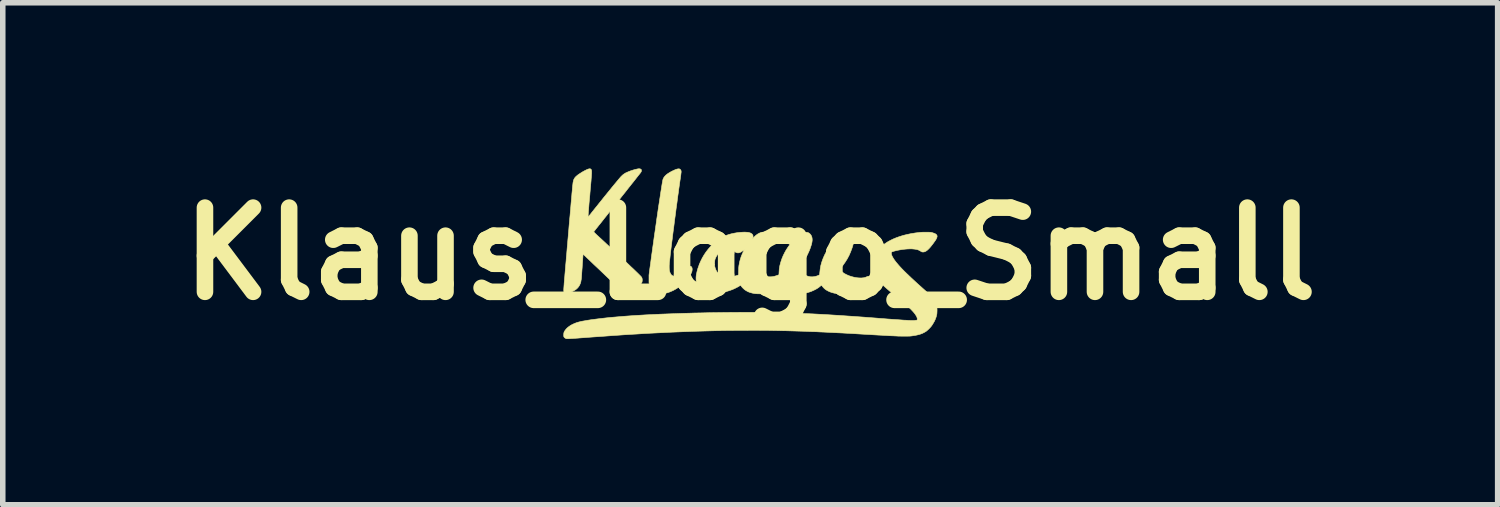
<source format=kicad_pcb>
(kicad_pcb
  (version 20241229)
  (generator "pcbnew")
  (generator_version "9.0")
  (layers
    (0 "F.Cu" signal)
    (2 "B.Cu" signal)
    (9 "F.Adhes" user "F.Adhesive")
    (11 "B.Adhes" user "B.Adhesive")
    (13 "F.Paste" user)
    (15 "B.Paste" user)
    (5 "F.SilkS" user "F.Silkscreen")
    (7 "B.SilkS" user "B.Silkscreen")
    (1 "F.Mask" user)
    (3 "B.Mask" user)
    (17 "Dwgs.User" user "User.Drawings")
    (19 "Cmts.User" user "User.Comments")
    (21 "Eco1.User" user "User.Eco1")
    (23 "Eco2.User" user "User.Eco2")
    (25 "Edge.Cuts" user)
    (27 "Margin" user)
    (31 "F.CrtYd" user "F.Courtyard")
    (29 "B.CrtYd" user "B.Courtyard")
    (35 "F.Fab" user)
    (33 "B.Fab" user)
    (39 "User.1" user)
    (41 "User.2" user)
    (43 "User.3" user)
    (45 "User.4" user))
  (footprint "Klaus_Logo_Small"
    (layer "F.Cu")
    (at 10.53 1.543)
    (property "Reference" "Klaus_Logo_Small" (at 0 0 0) (layer "F.SilkS") (effects (font (size 1.524 1.524) (thickness 0.3))))
    (attr through_hole)
    (fp_poly (pts (xy -1.283 -1.536) (xy -1.278 -1.534) (xy -1.268 -1.528) (xy -1.259 -1.518) (xy -1.253 -1.507) (xy -1.252 -1.503) (xy -1.251 -1.498) (xy -1.25 -1.493) (xy -1.25 -1.486) (xy -1.25 -1.477) (xy -1.251 -1.467) (xy -1.253 -1.453) (xy -1.255 -1.437) (xy -1.257 -1.417) (xy -1.261 -1.393) (xy -1.264 -1.368) (xy -1.271 -1.323) (xy -1.278 -1.275) (xy -1.285 -1.224) (xy -1.293 -1.17) (xy -1.3 -1.113) (xy -1.309 -1.054) (xy -1.317 -0.993) (xy -1.325 -0.93) (xy -1.334 -0.866) (xy -1.343 -0.801) (xy -1.351 -0.735) (xy -1.36 -0.669) (xy -1.369 -0.603) (xy -1.377 -0.538) (xy -1.385 -0.473) (xy -1.394 -0.409) (xy -1.402 -0.346) (xy -1.409 -0.285) (xy -1.417 -0.226) (xy -1.424 -0.169) (xy -1.431 -0.115) (xy -1.437 -0.064) (xy -1.443 -0.016) (xy -1.448 0.028) (xy -1.452 0.068) (xy -1.456 0.104) (xy -1.46 0.135) (xy -1.461 0.144) (xy -1.464 0.181) (xy -1.466 0.215) (xy -1.466 0.246) (xy -1.465 0.274) (xy -1.463 0.297) (xy -1.461 0.308) (xy -1.454 0.335) (xy -1.444 0.358) (xy -1.432 0.377) (xy -1.417 0.391) (xy -1.4 0.401) (xy -1.387 0.405) (xy -1.377 0.408) (xy -1.368 0.409) (xy -1.359 0.407) (xy -1.356 0.407) (xy -1.346 0.405) (xy -1.337 0.402) (xy -1.328 0.398) (xy -1.318 0.393) (xy -1.307 0.386) (xy -1.295 0.377) (xy -1.281 0.365) (xy -1.265 0.351) (xy -1.245 0.334) (xy -1.227 0.318) (xy -1.205 0.298) (xy -1.187 0.282) (xy -1.171 0.268) (xy -1.157 0.256) (xy -1.146 0.247) (xy -1.136 0.24) (xy -1.128 0.234) (xy -1.12 0.229) (xy -1.114 0.226) (xy -1.107 0.225) (xy -1.097 0.225) (xy -1.096 0.225) (xy -1.082 0.226) (xy -1.072 0.23) (xy -1.063 0.237) (xy -1.056 0.248) (xy -1.056 0.248) (xy -1.052 0.261) (xy -1.05 0.278) (xy -1.051 0.296) (xy -1.054 0.314) (xy -1.057 0.328) (xy -1.07 0.358) (xy -1.086 0.389) (xy -1.106 0.421) (xy -1.131 0.453) (xy -1.159 0.486) (xy -1.189 0.519) (xy -1.19 0.519) (xy -1.226 0.553) (xy -1.266 0.585) (xy -1.308 0.615) (xy -1.352 0.642) (xy -1.396 0.666) (xy -1.442 0.686) (xy -1.486 0.703) (xy -1.53 0.715) (xy -1.547 0.719) (xy -1.564 0.722) (xy -1.584 0.724) (xy -1.605 0.725) (xy -1.626 0.726) (xy -1.645 0.725) (xy -1.662 0.724) (xy -1.668 0.723) (xy -1.697 0.716) (xy -1.722 0.705) (xy -1.744 0.691) (xy -1.765 0.674) (xy -1.766 0.673) (xy -1.783 0.654) (xy -1.797 0.632) (xy -1.809 0.608) (xy -1.819 0.581) (xy -1.827 0.551) (xy -1.828 0.542) (xy -1.83 0.534) (xy -1.831 0.526) (xy -1.832 0.517) (xy -1.832 0.506) (xy -1.832 0.492) (xy -1.832 0.474) (xy -1.832 0.456) (xy -1.832 0.387) (xy -1.817 0.269) (xy -1.806 0.194) (xy -1.796 0.118) (xy -1.786 0.042) (xy -1.775 -0.034) (xy -1.765 -0.109) (xy -1.754 -0.184) (xy -1.744 -0.258) (xy -1.734 -0.331) (xy -1.723 -0.403) (xy -1.713 -0.474) (xy -1.703 -0.543) (xy -1.694 -0.611) (xy -1.684 -0.677) (xy -1.675 -0.74) (xy -1.666 -0.802) (xy -1.657 -0.862) (xy -1.648 -0.919) (xy -1.64 -0.973) (xy -1.632 -1.024) (xy -1.625 -1.073) (xy -1.618 -1.118) (xy -1.611 -1.16) (xy -1.605 -1.198) (xy -1.6 -1.232) (xy -1.595 -1.263) (xy -1.59 -1.289) (xy -1.586 -1.312) (xy -1.583 -1.329) (xy -1.58 -1.342) (xy -1.578 -1.351) (xy -1.577 -1.352) (xy -1.566 -1.375) (xy -1.551 -1.397) (xy -1.531 -1.418) (xy -1.518 -1.43) (xy -1.49 -1.451) (xy -1.458 -1.471) (xy -1.423 -1.491) (xy -1.385 -1.509) (xy -1.354 -1.523) (xy -1.333 -1.53) (xy -1.314 -1.535) (xy -1.297 -1.537) (xy -1.283 -1.536)) (stroke (width 0.01) (type solid)) (fill yes) (layer "F.SilkS"))
    (fp_poly (pts (xy -2.892 -1.536) (xy -2.884 -1.531) (xy -2.882 -1.529) (xy -2.879 -1.525) (xy -2.877 -1.521) (xy -2.874 -1.516) (xy -2.873 -1.51) (xy -2.872 -1.502) (xy -2.871 -1.493) (xy -2.871 -1.481) (xy -2.871 -1.468) (xy -2.871 -1.451) (xy -2.873 -1.431) (xy -2.874 -1.408) (xy -2.876 -1.382) (xy -2.879 -1.351) (xy -2.881 -1.316) (xy -2.885 -1.276) (xy -2.885 -1.27) (xy -2.887 -1.256) (xy -2.888 -1.238) (xy -2.89 -1.217) (xy -2.892 -1.192) (xy -2.895 -1.165) (xy -2.897 -1.136) (xy -2.9 -1.106) (xy -2.902 -1.076) (xy -2.904 -1.053) (xy -2.909 -0.998) (xy -2.914 -0.947) (xy -2.918 -0.902) (xy -2.921 -0.861) (xy -2.924 -0.824) (xy -2.926 -0.792) (xy -2.929 -0.764) (xy -2.93 -0.739) (xy -2.932 -0.719) (xy -2.933 -0.702) (xy -2.933 -0.689) (xy -2.934 -0.678) (xy -2.933 -0.672) (xy -2.933 -0.668) (xy -2.932 -0.667) (xy -2.932 -0.667) (xy -2.93 -0.669) (xy -2.925 -0.675) (xy -2.918 -0.684) (xy -2.908 -0.697) (xy -2.895 -0.712) (xy -2.881 -0.73) (xy -2.865 -0.751) (xy -2.847 -0.773) (xy -2.828 -0.797) (xy -2.808 -0.822) (xy -2.786 -0.849) (xy -2.783 -0.852) (xy -2.739 -0.908) (xy -2.696 -0.961) (xy -2.655 -1.013) (xy -2.615 -1.062) (xy -2.578 -1.108) (xy -2.542 -1.152) (xy -2.509 -1.193) (xy -2.478 -1.231) (xy -2.449 -1.266) (xy -2.423 -1.297) (xy -2.4 -1.325) (xy -2.379 -1.35) (xy -2.363 -1.369) (xy -2.343 -1.392) (xy -2.324 -1.411) (xy -2.307 -1.427) (xy -2.29 -1.44) (xy -2.272 -1.452) (xy -2.252 -1.464) (xy -2.229 -1.474) (xy -2.202 -1.486) (xy -2.193 -1.489) (xy -2.171 -1.498) (xy -2.147 -1.506) (xy -2.123 -1.514) (xy -2.099 -1.521) (xy -2.075 -1.527) (xy -2.054 -1.532) (xy -2.036 -1.536) (xy -2.022 -1.538) (xy -2.003 -1.538) (xy -1.988 -1.535) (xy -1.977 -1.527) (xy -1.975 -1.526) (xy -1.971 -1.521) (xy -1.969 -1.517) (xy -1.969 -1.511) (xy -1.969 -1.504) (xy -1.972 -1.487) (xy -1.977 -1.478) (xy -1.979 -1.475) (xy -1.984 -1.468) (xy -1.992 -1.457) (xy -2.003 -1.443) (xy -2.017 -1.426) (xy -2.033 -1.406) (xy -2.051 -1.383) (xy -2.072 -1.356) (xy -2.094 -1.328) (xy -2.119 -1.296) (xy -2.146 -1.263) (xy -2.174 -1.227) (xy -2.204 -1.19) (xy -2.235 -1.15) (xy -2.267 -1.109) (xy -2.301 -1.067) (xy -2.336 -1.023) (xy -2.371 -0.978) (xy -2.407 -0.933) (xy -2.443 -0.887) (xy -2.479 -0.842) (xy -2.514 -0.799) (xy -2.547 -0.757) (xy -2.579 -0.716) (xy -2.61 -0.677) (xy -2.64 -0.64) (xy -2.668 -0.604) (xy -2.694 -0.571) (xy -2.718 -0.541) (xy -2.741 -0.513) (xy -2.761 -0.487) (xy -2.779 -0.465) (xy -2.795 -0.445) (xy -2.808 -0.428) (xy -2.818 -0.415) (xy -2.826 -0.405) (xy -2.831 -0.399) (xy -2.833 -0.397) (xy -2.833 -0.397) (xy -2.831 -0.395) (xy -2.827 -0.39) (xy -2.818 -0.381) (xy -2.806 -0.369) (xy -2.791 -0.354) (xy -2.772 -0.336) (xy -2.749 -0.315) (xy -2.722 -0.29) (xy -2.658 -0.231) (xy -2.597 -0.174) (xy -2.537 -0.119) (xy -2.481 -0.067) (xy -2.426 -0.016) (xy -2.375 0.032) (xy -2.326 0.077) (xy -2.28 0.121) (xy -2.236 0.161) (xy -2.196 0.199) (xy -2.159 0.235) (xy -2.124 0.267) (xy -2.093 0.297) (xy -2.065 0.324) (xy -2.04 0.348) (xy -2.019 0.369) (xy -2.001 0.387) (xy -1.987 0.401) (xy -1.976 0.413) (xy -1.969 0.421) (xy -1.967 0.423) (xy -1.961 0.435) (xy -1.956 0.45) (xy -1.954 0.467) (xy -1.954 0.485) (xy -1.956 0.502) (xy -1.96 0.517) (xy -1.962 0.521) (xy -1.966 0.529) (xy -1.973 0.538) (xy -1.983 0.548) (xy -1.995 0.56) (xy -2.01 0.574) (xy -2.029 0.591) (xy -2.051 0.609) (xy -2.077 0.63) (xy -2.092 0.643) (xy -2.113 0.66) (xy -2.131 0.674) (xy -2.146 0.686) (xy -2.158 0.696) (xy -2.168 0.703) (xy -2.176 0.709) (xy -2.183 0.713) (xy -2.189 0.717) (xy -2.194 0.719) (xy -2.199 0.721) (xy -2.2 0.722) (xy -2.217 0.726) (xy -2.235 0.726) (xy -2.252 0.721) (xy -2.27 0.711) (xy -2.288 0.698) (xy -2.296 0.691) (xy -2.306 0.682) (xy -2.318 0.672) (xy -2.33 0.662) (xy -2.332 0.66) (xy -2.345 0.649) (xy -2.362 0.634) (xy -2.382 0.616) (xy -2.405 0.595) (xy -2.431 0.57) (xy -2.462 0.542) (xy -2.495 0.511) (xy -2.532 0.476) (xy -2.573 0.438) (xy -2.617 0.396) (xy -2.664 0.351) (xy -2.715 0.302) (xy -2.77 0.25) (xy -2.829 0.195) (xy -2.89 0.136) (xy -2.913 0.114) (xy -2.933 0.095) (xy -2.952 0.077) (xy -2.969 0.061) (xy -2.984 0.046) (xy -2.998 0.033) (xy -3.009 0.023) (xy -3.017 0.015) (xy -3.023 0.011) (xy -3.025 0.009) (xy -3.025 0.009) (xy -3.025 0.012) (xy -3.026 0.019) (xy -3.027 0.03) (xy -3.028 0.046) (xy -3.029 0.064) (xy -3.031 0.086) (xy -3.032 0.11) (xy -3.034 0.136) (xy -3.036 0.164) (xy -3.037 0.174) (xy -3.04 0.218) (xy -3.042 0.256) (xy -3.045 0.29) (xy -3.047 0.32) (xy -3.049 0.346) (xy -3.05 0.369) (xy -3.052 0.389) (xy -3.053 0.406) (xy -3.054 0.421) (xy -3.055 0.433) (xy -3.056 0.444) (xy -3.057 0.453) (xy -3.058 0.462) (xy -3.059 0.469) (xy -3.06 0.472) (xy -3.066 0.509) (xy -3.076 0.541) (xy -3.089 0.57) (xy -3.105 0.596) (xy -3.125 0.62) (xy -3.149 0.642) (xy -3.171 0.658) (xy -3.179 0.663) (xy -3.191 0.669) (xy -3.206 0.677) (xy -3.222 0.685) (xy -3.24 0.693) (xy -3.257 0.701) (xy -3.273 0.708) (xy -3.287 0.714) (xy -3.298 0.718) (xy -3.299 0.719) (xy -3.318 0.724) (xy -3.334 0.726) (xy -3.347 0.725) (xy -3.356 0.721) (xy -3.357 0.72) (xy -3.363 0.715) (xy -3.367 0.709) (xy -3.37 0.701) (xy -3.372 0.691) (xy -3.374 0.679) (xy -3.375 0.665) (xy -3.375 0.647) (xy -3.374 0.625) (xy -3.372 0.599) (xy -3.37 0.569) (xy -3.369 0.559) (xy -3.368 0.539) (xy -3.366 0.514) (xy -3.363 0.485) (xy -3.361 0.451) (xy -3.357 0.414) (xy -3.354 0.373) (xy -3.35 0.328) (xy -3.346 0.28) (xy -3.342 0.23) (xy -3.337 0.176) (xy -3.332 0.121) (xy -3.328 0.063) (xy -3.322 0.004) (xy -3.317 -0.057) (xy -3.312 -0.119) (xy -3.306 -0.182) (xy -3.301 -0.245) (xy -3.295 -0.309) (xy -3.29 -0.373) (xy -3.284 -0.437) (xy -3.279 -0.501) (xy -3.273 -0.564) (xy -3.268 -0.626) (xy -3.262 -0.686) (xy -3.257 -0.745) (xy -3.252 -0.802) (xy -3.247 -0.858) (xy -3.243 -0.91) (xy -3.238 -0.961) (xy -3.234 -1.008) (xy -3.23 -1.052) (xy -3.227 -1.093) (xy -3.223 -1.13) (xy -3.22 -1.163) (xy -3.218 -1.191) (xy -3.216 -1.214) (xy -3.212 -1.246) (xy -3.209 -1.273) (xy -3.206 -1.296) (xy -3.201 -1.315) (xy -3.197 -1.332) (xy -3.191 -1.347) (xy -3.184 -1.36) (xy -3.176 -1.373) (xy -3.167 -1.384) (xy -3.156 -1.396) (xy -3.155 -1.397) (xy -3.14 -1.41) (xy -3.122 -1.425) (xy -3.101 -1.44) (xy -3.076 -1.456) (xy -3.05 -1.473) (xy -3.023 -1.489) (xy -2.995 -1.504) (xy -2.973 -1.515) (xy -2.95 -1.526) (xy -2.931 -1.533) (xy -2.916 -1.537) (xy -2.903 -1.538) (xy -2.892 -1.536)) (stroke (width 0.01) (type solid)) (fill yes) (layer "F.SilkS"))
    (fp_poly (pts (xy 3.206 -0.39) (xy 3.226 -0.39) (xy 3.243 -0.389) (xy 3.258 -0.388) (xy 3.27 -0.387) (xy 3.281 -0.385) (xy 3.291 -0.383) (xy 3.303 -0.379) (xy 3.315 -0.375) (xy 3.322 -0.373) (xy 3.343 -0.365) (xy 3.359 -0.356) (xy 3.371 -0.346) (xy 3.379 -0.335) (xy 3.383 -0.322) (xy 3.383 -0.307) (xy 3.378 -0.291) (xy 3.37 -0.272) (xy 3.358 -0.25) (xy 3.341 -0.226) (xy 3.314 -0.188) (xy 3.288 -0.154) (xy 3.265 -0.125) (xy 3.243 -0.1) (xy 3.222 -0.079) (xy 3.203 -0.062) (xy 3.185 -0.049) (xy 3.168 -0.04) (xy 3.152 -0.034) (xy 3.138 -0.031) (xy 3.125 -0.031) (xy 3.115 -0.032) (xy 3.106 -0.034) (xy 3.095 -0.04) (xy 3.082 -0.048) (xy 3.082 -0.048) (xy 3.064 -0.059) (xy 3.044 -0.068) (xy 3.023 -0.075) (xy 2.999 -0.08) (xy 2.971 -0.084) (xy 2.939 -0.087) (xy 2.925 -0.088) (xy 2.892 -0.088) (xy 2.855 -0.087) (xy 2.816 -0.084) (xy 2.775 -0.08) (xy 2.734 -0.074) (xy 2.693 -0.067) (xy 2.654 -0.059) (xy 2.617 -0.05) (xy 2.607 -0.047) (xy 2.59 -0.042) (xy 2.578 -0.039) (xy 2.569 -0.035) (xy 2.564 -0.033) (xy 2.56 -0.03) (xy 2.558 -0.027) (xy 2.557 -0.023) (xy 2.557 -0.023) (xy 2.555 -0.007) (xy 2.557 0.01) (xy 2.563 0.029) (xy 2.572 0.05) (xy 2.585 0.073) (xy 2.601 0.099) (xy 2.619 0.124) (xy 2.639 0.151) (xy 2.663 0.179) (xy 2.689 0.21) (xy 2.718 0.242) (xy 2.751 0.277) (xy 2.787 0.314) (xy 2.827 0.353) (xy 2.87 0.394) (xy 2.916 0.438) (xy 2.967 0.485) (xy 3.021 0.535) (xy 3.052 0.563) (xy 3.087 0.594) (xy 3.118 0.622) (xy 3.147 0.648) (xy 3.172 0.67) (xy 3.194 0.691) (xy 3.213 0.708) (xy 3.23 0.724) (xy 3.245 0.737) (xy 3.257 0.749) (xy 3.268 0.76) (xy 3.277 0.769) (xy 3.285 0.776) (xy 3.292 0.783) (xy 3.298 0.79) (xy 3.302 0.795) (xy 3.307 0.801) (xy 3.311 0.806) (xy 3.315 0.812) (xy 3.316 0.812) (xy 3.337 0.846) (xy 3.354 0.882) (xy 3.368 0.921) (xy 3.377 0.955) (xy 3.38 0.971) (xy 3.381 0.99) (xy 3.382 1.012) (xy 3.382 1.034) (xy 3.381 1.057) (xy 3.38 1.078) (xy 3.378 1.096) (xy 3.376 1.104) (xy 3.366 1.144) (xy 3.352 1.183) (xy 3.335 1.221) (xy 3.313 1.259) (xy 3.288 1.299) (xy 3.284 1.304) (xy 3.271 1.321) (xy 3.255 1.339) (xy 3.238 1.357) (xy 3.219 1.375) (xy 3.201 1.391) (xy 3.185 1.404) (xy 3.179 1.408) (xy 3.146 1.427) (xy 3.111 1.444) (xy 3.072 1.458) (xy 3.03 1.469) (xy 2.984 1.479) (xy 2.979 1.479) (xy 2.96 1.482) (xy 2.944 1.485) (xy 2.929 1.487) (xy 2.916 1.489) (xy 2.904 1.49) (xy 2.891 1.491) (xy 2.877 1.491) (xy 2.862 1.492) (xy 2.844 1.492) (xy 2.822 1.492) (xy 2.797 1.492) (xy 2.79 1.492) (xy 2.773 1.492) (xy 2.757 1.492) (xy 2.742 1.492) (xy 2.726 1.492) (xy 2.711 1.491) (xy 2.695 1.491) (xy 2.678 1.491) (xy 2.66 1.49) (xy 2.642 1.489) (xy 2.621 1.488) (xy 2.599 1.487) (xy 2.575 1.486) (xy 2.549 1.485) (xy 2.52 1.484) (xy 2.488 1.482) (xy 2.454 1.48) (xy 2.415 1.478) (xy 2.373 1.475) (xy 2.327 1.473) (xy 2.277 1.47) (xy 2.222 1.467) (xy 2.163 1.463) (xy 2.16 1.463) (xy 2.053 1.457) (xy 1.951 1.451) (xy 1.854 1.445) (xy 1.76 1.44) (xy 1.671 1.435) (xy 1.585 1.431) (xy 1.502 1.427) (xy 1.422 1.423) (xy 1.345 1.419) (xy 1.27 1.416) (xy 1.196 1.412) (xy 1.125 1.41) (xy 1.055 1.407) (xy 0.986 1.404) (xy 0.918 1.402) (xy 0.85 1.4) (xy 0.782 1.398) (xy 0.714 1.396) (xy 0.646 1.394) (xy 0.577 1.393) (xy 0.506 1.391) (xy 0.435 1.39) (xy 0.391 1.389) (xy 0.363 1.389) (xy 0.331 1.388) (xy 0.294 1.388) (xy 0.255 1.388) (xy 0.212 1.388) (xy 0.166 1.387) (xy 0.118 1.387) (xy 0.069 1.387) (xy 0.018 1.387) (xy -0.034 1.387) (xy -0.086 1.388) (xy -0.138 1.388) (xy -0.19 1.388) (xy -0.24 1.388) (xy -0.29 1.388) (xy -0.337 1.389) (xy -0.383 1.389) (xy -0.426 1.389) (xy -0.465 1.39) (xy -0.502 1.39) (xy -0.534 1.391) (xy -0.562 1.391) (xy -0.574 1.392) (xy -0.687 1.395) (xy -0.797 1.398) (xy -0.905 1.401) (xy -1.011 1.404) (xy -1.116 1.408) (xy -1.219 1.412) (xy -1.321 1.416) (xy -1.423 1.42) (xy -1.524 1.425) (xy -1.626 1.43) (xy -1.729 1.435) (xy -1.832 1.44) (xy -1.937 1.446) (xy -2.044 1.453) (xy -2.153 1.459) (xy -2.265 1.466) (xy -2.379 1.474) (xy -2.497 1.482) (xy -2.618 1.491) (xy -2.744 1.5) (xy -2.874 1.509) (xy -2.954 1.515) (xy -3.004 1.519) (xy -3.049 1.522) (xy -3.089 1.525) (xy -3.125 1.528) (xy -3.157 1.53) (xy -3.185 1.532) (xy -3.21 1.534) (xy -3.231 1.535) (xy -3.25 1.536) (xy -3.265 1.537) (xy -3.279 1.538) (xy -3.29 1.539) (xy -3.299 1.539) (xy -3.306 1.539) (xy -3.312 1.539) (xy -3.317 1.539) (xy -3.321 1.538) (xy -3.324 1.538) (xy -3.326 1.538) (xy -3.344 1.531) (xy -3.359 1.521) (xy -3.368 1.511) (xy -3.371 1.506) (xy -3.373 1.502) (xy -3.375 1.498) (xy -3.375 1.491) (xy -3.376 1.482) (xy -3.376 1.469) (xy -3.376 1.468) (xy -3.375 1.451) (xy -3.374 1.437) (xy -3.371 1.425) (xy -3.367 1.413) (xy -3.36 1.401) (xy -3.351 1.388) (xy -3.332 1.363) (xy -3.308 1.339) (xy -3.28 1.317) (xy -3.249 1.296) (xy -3.213 1.277) (xy -3.175 1.26) (xy -3.135 1.245) (xy -3.127 1.243) (xy -3.11 1.238) (xy -3.094 1.234) (xy -3.078 1.23) (xy -3.062 1.226) (xy -3.043 1.222) (xy -3.02 1.218) (xy -3.007 1.216) (xy -2.94 1.204) (xy -2.867 1.193) (xy -2.79 1.183) (xy -2.708 1.173) (xy -2.621 1.163) (xy -2.529 1.153) (xy -2.432 1.145) (xy -2.331 1.136) (xy -2.224 1.128) (xy -2.113 1.12) (xy -1.997 1.113) (xy -1.877 1.106) (xy -1.751 1.1) (xy -1.621 1.094) (xy -1.487 1.089) (xy -1.348 1.084) (xy -1.204 1.079) (xy -1.056 1.075) (xy -1.039 1.074) (xy -0.88 1.071) (xy -0.726 1.067) (xy -0.574 1.065) (xy -0.426 1.063) (xy -0.283 1.062) (xy -0.143 1.061) (xy -0.007 1.061) (xy 0.124 1.061) (xy 0.251 1.062) (xy 0.373 1.064) (xy 0.491 1.066) (xy 0.604 1.069) (xy 0.621 1.069) (xy 0.696 1.072) (xy 0.769 1.074) (xy 0.842 1.077) (xy 0.915 1.08) (xy 0.987 1.083) (xy 1.06 1.086) (xy 1.133 1.089) (xy 1.207 1.093) (xy 1.282 1.097) (xy 1.358 1.101) (xy 1.437 1.106) (xy 1.517 1.111) (xy 1.6 1.116) (xy 1.685 1.122) (xy 1.773 1.128) (xy 1.865 1.134) (xy 1.96 1.141) (xy 2.059 1.148) (xy 2.162 1.156) (xy 2.27 1.164) (xy 2.355 1.171) (xy 2.421 1.176) (xy 2.482 1.181) (xy 2.539 1.185) (xy 2.591 1.189) (xy 2.639 1.192) (xy 2.683 1.195) (xy 2.723 1.198) (xy 2.76 1.201) (xy 2.793 1.203) (xy 2.823 1.204) (xy 2.85 1.206) (xy 2.874 1.207) (xy 2.895 1.208) (xy 2.914 1.208) (xy 2.931 1.208) (xy 2.946 1.208) (xy 2.959 1.208) (xy 2.97 1.208) (xy 2.979 1.207) (xy 2.995 1.205) (xy 3.007 1.204) (xy 3.015 1.202) (xy 3.02 1.199) (xy 3.023 1.194) (xy 3.024 1.189) (xy 3.025 1.184) (xy 3.023 1.168) (xy 3.018 1.15) (xy 3.009 1.13) (xy 2.995 1.108) (xy 2.979 1.084) (xy 2.972 1.076) (xy 2.958 1.059) (xy 2.943 1.042) (xy 2.926 1.024) (xy 2.908 1.005) (xy 2.888 0.986) (xy 2.866 0.965) (xy 2.841 0.942) (xy 2.814 0.918) (xy 2.784 0.892) (xy 2.751 0.864) (xy 2.714 0.833) (xy 2.673 0.799) (xy 2.648 0.779) (xy 2.609 0.747) (xy 2.574 0.718) (xy 2.542 0.691) (xy 2.514 0.667) (xy 2.488 0.645) (xy 2.465 0.625) (xy 2.444 0.606) (xy 2.424 0.588) (xy 2.407 0.572) (xy 2.39 0.556) (xy 2.382 0.548) (xy 2.345 0.509) (xy 2.312 0.47) (xy 2.284 0.433) (xy 2.26 0.396) (xy 2.241 0.359) (xy 2.227 0.323) (xy 2.216 0.287) (xy 2.211 0.259) (xy 2.208 0.222) (xy 2.209 0.183) (xy 2.214 0.144) (xy 2.223 0.105) (xy 2.228 0.091) (xy 2.235 0.071) (xy 2.246 0.048) (xy 2.258 0.024) (xy 2.272 -0.001) (xy 2.287 -0.026) (xy 2.303 -0.049) (xy 2.318 -0.07) (xy 2.323 -0.076) (xy 2.356 -0.113) (xy 2.393 -0.147) (xy 2.436 -0.18) (xy 2.482 -0.211) (xy 2.532 -0.239) (xy 2.587 -0.266) (xy 2.645 -0.29) (xy 2.707 -0.312) (xy 2.772 -0.332) (xy 2.841 -0.349) (xy 2.913 -0.364) (xy 2.988 -0.376) (xy 3.061 -0.385) (xy 3.078 -0.387) (xy 3.096 -0.388) (xy 3.116 -0.389) (xy 3.14 -0.39) (xy 3.167 -0.39) (xy 3.181 -0.39) (xy 3.206 -0.39)) (stroke (width 0.01) (type solid)) (fill yes) (layer "F.SilkS"))
    (fp_poly (pts (xy -0.065 -0.389) (xy -0.039 -0.387) (xy -0.017 -0.382) (xy 0.002 -0.376) (xy 0.018 -0.368) (xy 0.032 -0.358) (xy 0.043 -0.345) (xy 0.05 -0.33) (xy 0.052 -0.313) (xy 0.05 -0.295) (xy 0.046 -0.282) (xy 0.041 -0.268) (xy 0.049 -0.278) (xy 0.074 -0.306) (xy 0.101 -0.331) (xy 0.13 -0.353) (xy 0.16 -0.37) (xy 0.19 -0.383) (xy 0.192 -0.384) (xy 0.2 -0.386) (xy 0.207 -0.388) (xy 0.216 -0.389) (xy 0.226 -0.39) (xy 0.24 -0.39) (xy 0.245 -0.39) (xy 0.281 -0.39) (xy 0.3 -0.381) (xy 0.32 -0.368) (xy 0.337 -0.352) (xy 0.35 -0.333) (xy 0.358 -0.311) (xy 0.362 -0.287) (xy 0.362 -0.261) (xy 0.361 -0.252) (xy 0.358 -0.239) (xy 0.354 -0.222) (xy 0.349 -0.203) (xy 0.343 -0.181) (xy 0.337 -0.157) (xy 0.329 -0.132) (xy 0.322 -0.107) (xy 0.314 -0.081) (xy 0.306 -0.057) (xy 0.3 -0.038) (xy 0.281 0.015) (xy 0.26 0.068) (xy 0.235 0.122) (xy 0.208 0.179) (xy 0.182 0.228) (xy 0.174 0.243) (xy 0.168 0.254) (xy 0.164 0.263) (xy 0.163 0.27) (xy 0.163 0.276) (xy 0.166 0.283) (xy 0.171 0.291) (xy 0.178 0.302) (xy 0.182 0.308) (xy 0.202 0.335) (xy 0.223 0.359) (xy 0.245 0.379) (xy 0.267 0.395) (xy 0.288 0.406) (xy 0.314 0.414) (xy 0.344 0.418) (xy 0.375 0.418) (xy 0.41 0.414) (xy 0.447 0.406) (xy 0.486 0.393) (xy 0.496 0.39) (xy 0.52 0.381) (xy 0.522 0.34) (xy 0.526 0.278) (xy 0.536 0.217) (xy 0.552 0.156) (xy 0.572 0.095) (xy 0.597 0.034) (xy 0.627 -0.026) (xy 0.65 -0.067) (xy 0.682 -0.116) (xy 0.717 -0.165) (xy 0.756 -0.213) (xy 0.797 -0.259) (xy 0.836 -0.298) (xy 0.862 -0.322) (xy 0.888 -0.342) (xy 0.912 -0.358) (xy 0.931 -0.368) (xy 0.95 -0.377) (xy 0.966 -0.383) (xy 0.982 -0.387) (xy 0.998 -0.388) (xy 1.014 -0.388) (xy 1.026 -0.387) (xy 1.035 -0.386) (xy 1.043 -0.384) (xy 1.051 -0.381) (xy 1.055 -0.379) (xy 1.074 -0.367) (xy 1.09 -0.351) (xy 1.104 -0.331) (xy 1.114 -0.308) (xy 1.119 -0.289) (xy 1.122 -0.266) (xy 1.122 -0.239) (xy 1.118 -0.209) (xy 1.111 -0.176) (xy 1.1 -0.14) (xy 1.087 -0.101) (xy 1.071 -0.059) (xy 1.051 -0.015) (xy 1.029 0.031) (xy 1.004 0.079) (xy 0.982 0.118) (xy 0.973 0.134) (xy 0.962 0.152) (xy 0.95 0.172) (xy 0.938 0.192) (xy 0.925 0.211) (xy 0.914 0.229) (xy 0.904 0.245) (xy 0.896 0.256) (xy 0.884 0.273) (xy 0.891 0.284) (xy 0.909 0.312) (xy 0.931 0.338) (xy 0.955 0.361) (xy 0.965 0.368) (xy 0.991 0.384) (xy 1.019 0.398) (xy 1.05 0.409) (xy 1.082 0.416) (xy 1.102 0.418) (xy 1.128 0.418) (xy 1.156 0.415) (xy 1.185 0.409) (xy 1.187 0.409) (xy 1.197 0.406) (xy 1.208 0.402) (xy 1.22 0.398) (xy 1.232 0.393) (xy 1.242 0.388) (xy 1.25 0.385) (xy 1.255 0.382) (xy 1.255 0.382) (xy 1.256 0.379) (xy 1.257 0.371) (xy 1.258 0.361) (xy 1.259 0.348) (xy 1.26 0.339) (xy 1.267 0.276) (xy 1.278 0.214) (xy 1.295 0.152) (xy 1.317 0.091) (xy 1.343 0.03) (xy 1.375 -0.031) (xy 1.392 -0.061) (xy 1.412 -0.092) (xy 1.434 -0.124) (xy 1.457 -0.156) (xy 1.481 -0.188) (xy 1.506 -0.218) (xy 1.53 -0.247) (xy 1.555 -0.274) (xy 1.578 -0.298) (xy 1.6 -0.319) (xy 1.621 -0.337) (xy 1.626 -0.34) (xy 1.653 -0.359) (xy 1.681 -0.373) (xy 1.708 -0.382) (xy 1.734 -0.388) (xy 1.76 -0.389) (xy 1.784 -0.385) (xy 1.807 -0.377) (xy 1.827 -0.365) (xy 1.841 -0.353) (xy 1.856 -0.336) (xy 1.867 -0.317) (xy 1.875 -0.296) (xy 1.879 -0.273) (xy 1.879 -0.247) (xy 1.875 -0.219) (xy 1.869 -0.187) (xy 1.867 -0.18) (xy 1.845 -0.107) (xy 1.819 -0.037) (xy 1.79 0.03) (xy 1.756 0.094) (xy 1.718 0.154) (xy 1.677 0.212) (xy 1.647 0.248) (xy 1.639 0.258) (xy 1.633 0.266) (xy 1.629 0.272) (xy 1.628 0.275) (xy 1.63 0.285) (xy 1.636 0.296) (xy 1.645 0.309) (xy 1.654 0.319) (xy 1.674 0.337) (xy 1.698 0.354) (xy 1.726 0.37) (xy 1.757 0.385) (xy 1.79 0.399) (xy 1.826 0.411) (xy 1.862 0.421) (xy 1.899 0.429) (xy 1.935 0.435) (xy 1.971 0.438) (xy 2.005 0.439) (xy 2.01 0.439) (xy 2.031 0.437) (xy 2.048 0.436) (xy 2.063 0.433) (xy 2.077 0.429) (xy 2.093 0.424) (xy 2.105 0.419) (xy 2.119 0.413) (xy 2.131 0.409) (xy 2.142 0.408) (xy 2.148 0.407) (xy 2.164 0.407) (xy 2.175 0.409) (xy 2.183 0.415) (xy 2.188 0.424) (xy 2.189 0.437) (xy 2.189 0.447) (xy 2.188 0.458) (xy 2.186 0.467) (xy 2.183 0.477) (xy 2.177 0.488) (xy 2.163 0.514) (xy 2.144 0.54) (xy 2.122 0.566) (xy 2.097 0.59) (xy 2.071 0.612) (xy 2.045 0.63) (xy 2.04 0.633) (xy 2.005 0.652) (xy 1.966 0.669) (xy 1.924 0.684) (xy 1.878 0.697) (xy 1.829 0.708) (xy 1.779 0.717) (xy 1.754 0.72) (xy 1.737 0.722) (xy 1.717 0.723) (xy 1.694 0.724) (xy 1.671 0.725) (xy 1.646 0.725) (xy 1.623 0.725) (xy 1.602 0.724) (xy 1.583 0.723) (xy 1.57 0.722) (xy 1.523 0.714) (xy 1.48 0.703) (xy 1.44 0.689) (xy 1.404 0.672) (xy 1.371 0.653) (xy 1.343 0.631) (xy 1.319 0.606) (xy 1.302 0.584) (xy 1.297 0.576) (xy 1.293 0.571) (xy 1.291 0.569) (xy 1.291 0.569) (xy 1.289 0.57) (xy 1.284 0.575) (xy 1.276 0.581) (xy 1.268 0.588) (xy 1.253 0.6) (xy 1.239 0.611) (xy 1.226 0.62) (xy 1.212 0.629) (xy 1.195 0.639) (xy 1.194 0.64) (xy 1.148 0.663) (xy 1.1 0.684) (xy 1.048 0.701) (xy 0.995 0.714) (xy 0.959 0.72) (xy 0.938 0.723) (xy 0.914 0.724) (xy 0.888 0.725) (xy 0.862 0.725) (xy 0.836 0.724) (xy 0.812 0.723) (xy 0.792 0.72) (xy 0.786 0.719) (xy 0.747 0.71) (xy 0.708 0.697) (xy 0.673 0.681) (xy 0.64 0.662) (xy 0.611 0.64) (xy 0.603 0.633) (xy 0.592 0.622) (xy 0.581 0.61) (xy 0.571 0.599) (xy 0.563 0.59) (xy 0.562 0.588) (xy 0.557 0.581) (xy 0.543 0.596) (xy 0.522 0.615) (xy 0.497 0.634) (xy 0.468 0.651) (xy 0.436 0.668) (xy 0.401 0.683) (xy 0.365 0.695) (xy 0.328 0.706) (xy 0.312 0.71) (xy 0.282 0.716) (xy 0.254 0.72) (xy 0.227 0.723) (xy 0.197 0.725) (xy 0.184 0.726) (xy 0.135 0.725) (xy 0.088 0.722) (xy 0.044 0.714) (xy 0.002 0.703) (xy -0.036 0.689) (xy -0.07 0.671) (xy -0.102 0.65) (xy -0.128 0.626) (xy -0.138 0.616) (xy -0.148 0.605) (xy -0.157 0.594) (xy -0.164 0.583) (xy -0.169 0.575) (xy -0.171 0.571) (xy -0.173 0.571) (xy -0.179 0.574) (xy -0.187 0.579) (xy -0.196 0.584) (xy -0.212 0.594) (xy -0.232 0.605) (xy -0.254 0.616) (xy -0.277 0.628) (xy -0.301 0.639) (xy -0.323 0.648) (xy -0.341 0.655) (xy -0.4 0.675) (xy -0.463 0.692) (xy -0.529 0.706) (xy -0.597 0.717) (xy -0.621 0.72) (xy -0.638 0.722) (xy -0.657 0.723) (xy -0.678 0.724) (xy -0.7 0.725) (xy -0.721 0.725) (xy -0.741 0.725) (xy -0.759 0.725) (xy -0.774 0.725) (xy -0.786 0.724) (xy -0.79 0.723) (xy -0.82 0.714) (xy -0.849 0.7) (xy -0.875 0.683) (xy -0.9 0.661) (xy -0.921 0.635) (xy -0.94 0.607) (xy -0.956 0.575) (xy -0.968 0.54) (xy -0.972 0.527) (xy -0.976 0.506) (xy -0.979 0.481) (xy -0.98 0.455) (xy -0.98 0.429) (xy -0.978 0.403) (xy -0.977 0.392) (xy -0.974 0.374) (xy -0.969 0.352) (xy -0.964 0.328) (xy -0.958 0.303) (xy -0.951 0.279) (xy -0.945 0.258) (xy -0.943 0.254) (xy -0.921 0.192) (xy -0.914 0.175) (xy -0.644 0.175) (xy -0.644 0.194) (xy -0.643 0.209) (xy -0.642 0.221) (xy -0.641 0.232) (xy -0.639 0.24) (xy -0.629 0.273) (xy -0.616 0.303) (xy -0.604 0.323) (xy -0.584 0.348) (xy -0.561 0.37) (xy -0.534 0.388) (xy -0.505 0.402) (xy -0.472 0.413) (xy -0.438 0.419) (xy -0.4 0.421) (xy -0.361 0.419) (xy -0.359 0.419) (xy -0.342 0.417) (xy -0.322 0.413) (xy -0.301 0.409) (xy -0.281 0.405) (xy -0.261 0.4) (xy -0.243 0.395) (xy -0.228 0.39) (xy -0.218 0.386) (xy -0.211 0.383) (xy -0.21 0.314) (xy -0.209 0.289) (xy -0.209 0.267) (xy -0.208 0.249) (xy -0.206 0.233) (xy -0.205 0.218) (xy -0.203 0.21) (xy -0.193 0.155) (xy -0.18 0.103) (xy -0.164 0.053) (xy -0.144 0.004) (xy -0.125 -0.037) (xy -0.118 -0.05) (xy -0.114 -0.06) (xy -0.111 -0.066) (xy -0.11 -0.07) (xy -0.11 -0.071) (xy -0.112 -0.069) (xy -0.115 -0.067) (xy -0.138 -0.05) (xy -0.159 -0.036) (xy -0.178 -0.026) (xy -0.195 -0.019) (xy -0.212 -0.016) (xy -0.229 -0.016) (xy -0.23 -0.016) (xy -0.245 -0.019) (xy -0.26 -0.025) (xy -0.275 -0.035) (xy -0.291 -0.048) (xy -0.303 -0.058) (xy -0.314 -0.066) (xy -0.326 -0.071) (xy -0.34 -0.075) (xy -0.357 -0.077) (xy -0.375 -0.078) (xy -0.413 -0.077) (xy -0.449 -0.072) (xy -0.482 -0.062) (xy -0.514 -0.048) (xy -0.543 -0.03) (xy -0.569 -0.009) (xy -0.592 0.017) (xy -0.612 0.047) (xy -0.622 0.067) (xy -0.63 0.084) (xy -0.636 0.1) (xy -0.64 0.116) (xy -0.642 0.132) (xy -0.643 0.152) (xy -0.644 0.174) (xy -0.644 0.175) (xy -0.914 0.175) (xy -0.895 0.132) (xy -0.866 0.074) (xy -0.833 0.018) (xy -0.798 -0.034) (xy -0.759 -0.084) (xy -0.718 -0.131) (xy -0.674 -0.175) (xy -0.628 -0.215) (xy -0.58 -0.251) (xy -0.531 -0.283) (xy -0.48 -0.311) (xy -0.427 -0.334) (xy -0.388 -0.348) (xy -0.34 -0.361) (xy -0.289 -0.372) (xy -0.236 -0.381) (xy -0.183 -0.387) (xy -0.131 -0.39) (xy -0.13 -0.39) (xy -0.096 -0.391) (xy -0.065 -0.389)) (stroke (width 0.01) (type solid)) (fill yes) (layer "F.SilkS")))
  (gr_rect
    (start -3 -3)
    (end 24.06 6.087)
    (stroke (width 0.1) (type default))
    (fill no)
    (layer "Edge.Cuts")))
</source>
